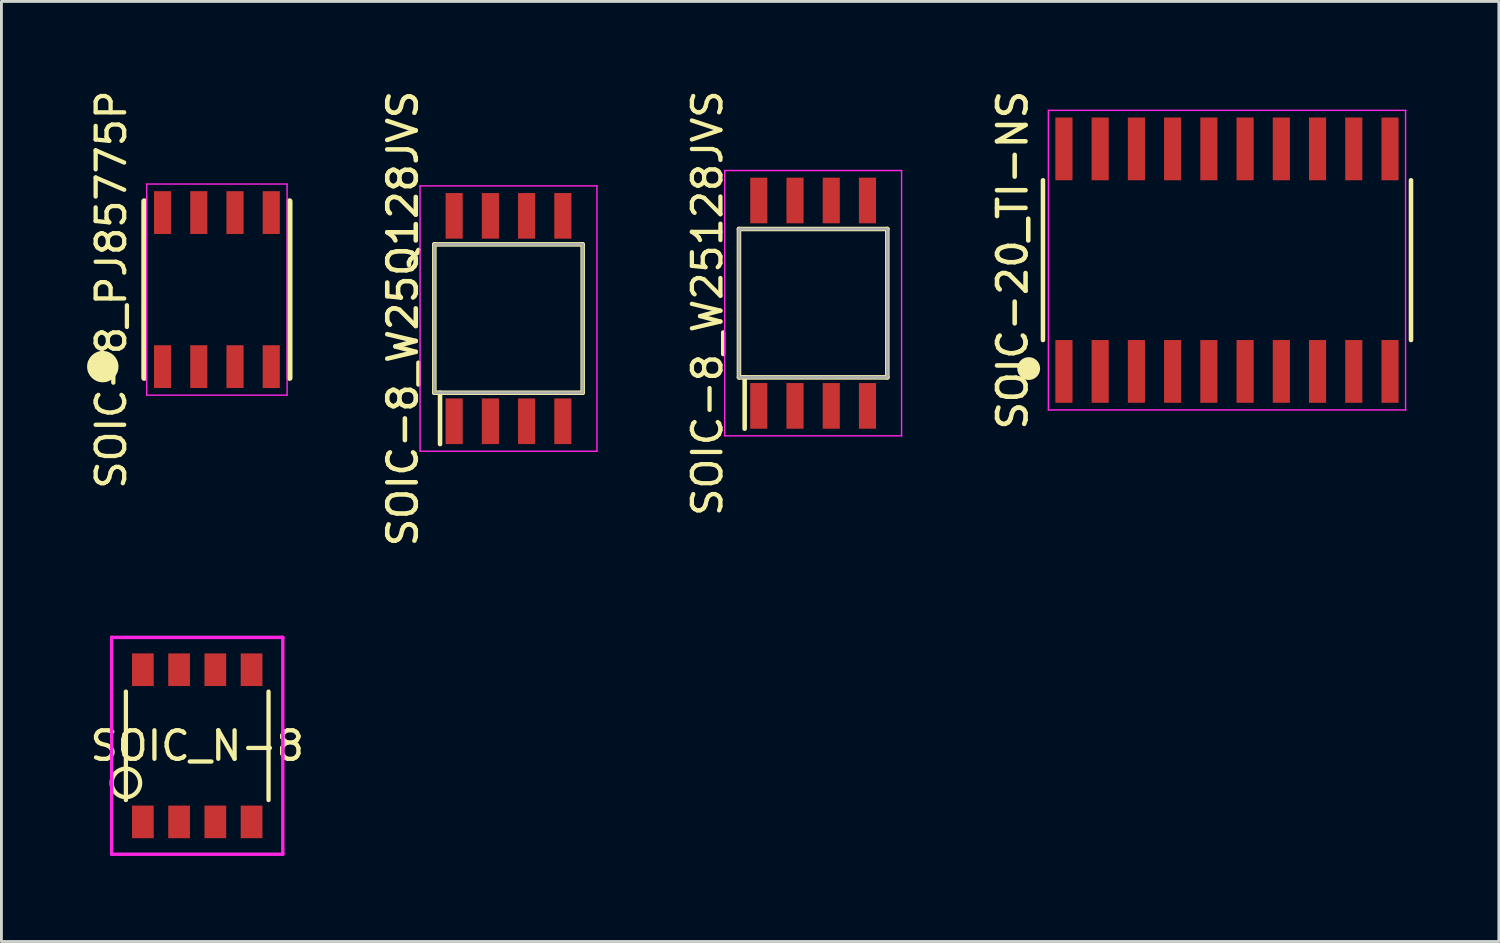
<source format=kicad_pcb>
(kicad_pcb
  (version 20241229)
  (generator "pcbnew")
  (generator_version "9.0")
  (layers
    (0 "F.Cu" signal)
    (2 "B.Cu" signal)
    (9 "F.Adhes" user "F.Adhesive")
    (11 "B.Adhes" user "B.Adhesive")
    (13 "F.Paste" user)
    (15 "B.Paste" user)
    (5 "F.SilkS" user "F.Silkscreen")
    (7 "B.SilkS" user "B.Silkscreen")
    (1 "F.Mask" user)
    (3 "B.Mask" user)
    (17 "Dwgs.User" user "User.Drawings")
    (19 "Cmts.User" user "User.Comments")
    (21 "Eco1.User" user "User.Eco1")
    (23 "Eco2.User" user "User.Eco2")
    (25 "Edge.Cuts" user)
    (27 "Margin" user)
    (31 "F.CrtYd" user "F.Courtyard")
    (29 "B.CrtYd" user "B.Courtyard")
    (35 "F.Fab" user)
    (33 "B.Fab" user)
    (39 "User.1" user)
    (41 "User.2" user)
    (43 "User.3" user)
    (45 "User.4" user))
  (footprint "SOIC_N-8"
    (layer "F.Cu")
    (at 3.863 23.092)
    (property "Reference" "SOIC_N-8" (at 0 0 0) (layer "F.SilkS") (effects (font (size 1 1) (thickness 0.15))))
    (attr through_hole)
    (fp_line (start -2.5 -1.9) (end -2.5 1.9) (stroke (width 0.15) (type solid)) (layer "F.SilkS"))
    (fp_line (start 2.5 1.9) (end 2.5 -1.9) (stroke (width 0.15) (type solid)) (layer "F.SilkS"))
    (fp_circle (center -2.5 1.3) (end -2.5 1.8) (stroke (width 0.15) (type solid)) (fill no) (layer "F.SilkS"))
    (fp_line (start -3 -3.8) (end 3 -3.8) (stroke (width 0.12) (type solid)) (layer "F.CrtYd"))
    (fp_line (start -3 3.8) (end -3 -3.8) (stroke (width 0.12) (type solid)) (layer "F.CrtYd"))
    (fp_line (start 3 -3.8) (end 3 3.8) (stroke (width 0.12) (type solid)) (layer "F.CrtYd"))
    (fp_line (start 3 3.8) (end -3 3.8) (stroke (width 0.12) (type solid)) (layer "F.CrtYd"))
    (pad "1" smd rect (at -1.905 2.667) (size 0.762 1.143) (layers "F.Cu" "F.Mask" "F.Paste"))
    (pad "2" smd rect (at -0.635 2.667) (size 0.762 1.143) (layers "F.Cu" "F.Mask" "F.Paste"))
    (pad "3" smd rect (at 0.635 2.667) (size 0.762 1.143) (layers "F.Cu" "F.Mask" "F.Paste"))
    (pad "4" smd rect (at 1.905 2.667) (size 0.762 1.143) (layers "F.Cu" "F.Mask" "F.Paste"))
    (pad "5" smd rect (at 1.905 -2.667) (size 0.762 1.143) (layers "F.Cu" "F.Mask" "F.Paste"))
    (pad "6" smd rect (at 0.635 -2.667) (size 0.762 1.143) (layers "F.Cu" "F.Mask" "F.Paste"))
    (pad "7" smd rect (at -0.635 -2.667) (size 0.762 1.143) (layers "F.Cu" "F.Mask" "F.Paste"))
    (pad "8" smd rect (at -1.905 -2.667) (size 0.762 1.143) (layers "F.Cu" "F.Mask" "F.Paste")))
  (footprint "SOIC-8_W25Q128JVS"
    (layer "F.Cu")
    (at 14.774 8.116)
    (property "Reference" "SOIC-8_W25Q128JVS" (at -3.705 0 90) (layer "F.SilkS") (effects (font (size 1 1) (thickness 0.16))))
    (attr smd)
    (fp_line (start -2.6 -2.6) (end 2.6 -2.6) (stroke (width 0.16) (type default)) (layer "F.SilkS"))
    (fp_line (start -2.6 2.6) (end -2.6 -2.6) (stroke (width 0.16) (type default)) (layer "F.SilkS"))
    (fp_line (start -2.4 4.4) (end -2.4 2.6) (stroke (width 0.16) (type default)) (layer "F.SilkS"))
    (fp_line (start 2.6 -2.6) (end 2.6 2.6) (stroke (width 0.16) (type default)) (layer "F.SilkS"))
    (fp_line (start 2.6 2.6) (end -2.6 2.6) (stroke (width 0.16) (type default)) (layer "F.SilkS"))
    (fp_line (start -3.1 -4.65) (end 3.1 -4.65) (stroke (width 0.05) (type default)) (layer "F.CrtYd"))
    (fp_line (start -3.1 4.65) (end -3.1 -4.65) (stroke (width 0.05) (type default)) (layer "F.CrtYd"))
    (fp_line (start 3.1 -4.65) (end 3.1 4.65) (stroke (width 0.05) (type default)) (layer "F.CrtYd"))
    (fp_line (start 3.1 4.65) (end -3.1 4.65) (stroke (width 0.05) (type default)) (layer "F.CrtYd"))
    (fp_rect (start -2.6 -2.6) (end 2.6 2.6) (stroke (width 0.1) (type default)) (fill no) (layer "F.Fab"))
    (pad "1" smd rect (at -1.905 3.6) (size 0.6 1.6) (layers "F.Cu" "F.Mask" "F.Paste"))
    (pad "2" smd rect (at -0.635 3.6) (size 0.6 1.6) (layers "F.Cu" "F.Mask" "F.Paste"))
    (pad "3" smd rect (at 0.635 3.6) (size 0.6 1.6) (layers "F.Cu" "F.Mask" "F.Paste"))
    (pad "4" smd rect (at 1.905 3.6) (size 0.6 1.6) (layers "F.Cu" "F.Mask" "F.Paste"))
    (pad "5" smd rect (at 1.905 -3.6) (size 0.6 1.6) (layers "F.Cu" "F.Mask" "F.Paste"))
    (pad "6" smd rect (at 0.635 -3.6) (size 0.6 1.6) (layers "F.Cu" "F.Mask" "F.Paste"))
    (pad "7" smd rect (at -0.635 -3.6) (size 0.6 1.6) (layers "F.Cu" "F.Mask" "F.Paste"))
    (pad "8" smd rect (at -1.905 -3.6) (size 0.6 1.6) (layers "F.Cu" "F.Mask" "F.Paste")))
  (footprint "SOIC-20_TI-NS"
    (layer "F.Cu")
    (at 39.958 6.069)
    (property "Reference" "SOIC-20_TI-NS" (at -7.515 0 90) (layer "F.SilkS") (effects (font (size 1 1) (thickness 0.16))))
    (attr smd)
    (fp_line (start -6.45 -2.8) (end -6.45 2.8) (stroke (width 0.16) (type default)) (layer "F.SilkS"))
    (fp_line (start 6.45 -2.8) (end 6.45 2.8) (stroke (width 0.16) (type default)) (layer "F.SilkS"))
    (fp_circle (center -6.95 3.8) (end -6.6 3.8) (stroke (width 0.1) (type solid)) (fill yes) (layer "F.SilkS"))
    (fp_line (start -6.26 -5.25) (end 6.26 -5.25) (stroke (width 0.05) (type default)) (layer "F.CrtYd"))
    (fp_line (start -6.26 5.25) (end -6.26 -5.25) (stroke (width 0.05) (type default)) (layer "F.CrtYd"))
    (fp_line (start 6.26 -5.25) (end 6.26 5.25) (stroke (width 0.05) (type default)) (layer "F.CrtYd"))
    (fp_line (start 6.26 5.25) (end -6.26 5.25) (stroke (width 0.05) (type default)) (layer "F.CrtYd"))
    (pad "1" smd rect (at -5.715 3.9) (size 0.6 2.2) (layers "F.Cu" "F.Mask" "F.Paste"))
    (pad "2" smd rect (at -4.445 3.9) (size 0.6 2.2) (layers "F.Cu" "F.Mask" "F.Paste"))
    (pad "3" smd rect (at -3.175 3.9) (size 0.6 2.2) (layers "F.Cu" "F.Mask" "F.Paste"))
    (pad "4" smd rect (at -1.905 3.9) (size 0.6 2.2) (layers "F.Cu" "F.Mask" "F.Paste"))
    (pad "5" smd rect (at -0.635 3.9) (size 0.6 2.2) (layers "F.Cu" "F.Mask" "F.Paste"))
    (pad "6" smd rect (at 0.635 3.9) (size 0.6 2.2) (layers "F.Cu" "F.Mask" "F.Paste"))
    (pad "7" smd rect (at 1.905 3.9) (size 0.6 2.2) (layers "F.Cu" "F.Mask" "F.Paste"))
    (pad "8" smd rect (at 3.175 3.9) (size 0.6 2.2) (layers "F.Cu" "F.Mask" "F.Paste"))
    (pad "9" smd rect (at 4.445 3.9) (size 0.6 2.2) (layers "F.Cu" "F.Mask" "F.Paste"))
    (pad "10" smd rect (at 5.715 3.9) (size 0.6 2.2) (layers "F.Cu" "F.Mask" "F.Paste"))
    (pad "11" smd rect (at 5.715 -3.9) (size 0.6 2.2) (layers "F.Cu" "F.Mask" "F.Paste"))
    (pad "12" smd rect (at 4.445 -3.9) (size 0.6 2.2) (layers "F.Cu" "F.Mask" "F.Paste"))
    (pad "13" smd rect (at 3.175 -3.9) (size 0.6 2.2) (layers "F.Cu" "F.Mask" "F.Paste"))
    (pad "14" smd rect (at 1.905 -3.9) (size 0.6 2.2) (layers "F.Cu" "F.Mask" "F.Paste"))
    (pad "15" smd rect (at 0.635 -3.9) (size 0.6 2.2) (layers "F.Cu" "F.Mask" "F.Paste"))
    (pad "16" smd rect (at -0.635 -3.9) (size 0.6 2.2) (layers "F.Cu" "F.Mask" "F.Paste"))
    (pad "17" smd rect (at -1.905 -3.9) (size 0.6 2.2) (layers "F.Cu" "F.Mask" "F.Paste"))
    (pad "18" smd rect (at -3.175 -3.9) (size 0.6 2.2) (layers "F.Cu" "F.Mask" "F.Paste"))
    (pad "19" smd rect (at -4.445 -3.9) (size 0.6 2.2) (layers "F.Cu" "F.Mask" "F.Paste"))
    (pad "20" smd rect (at -5.715 -3.9) (size 0.6 2.2) (layers "F.Cu" "F.Mask" "F.Paste")))
  (footprint "SOIC-8_PJ85775P"
    (layer "F.Cu")
    (at 4.553 7.101)
    (property "Reference" "SOIC-8_PJ85775P" (at -3.705 0 90) (layer "F.SilkS") (effects (font (size 1 1) (thickness 0.15))))
    (attr smd)
    (fp_line (start -2.55 3.1) (end -2.55 -3.1) (stroke (width 0.2) (type solid)) (layer "F.SilkS"))
    (fp_line (start 2.55 -3.1) (end 2.55 3.1) (stroke (width 0.2) (type solid)) (layer "F.SilkS"))
    (fp_circle (center -4 2.7) (end -3.5 2.7) (stroke (width 0.1) (type solid)) (fill yes) (layer "F.SilkS"))
    (fp_line (start -2.46 -3.7) (end 2.46 -3.7) (stroke (width 0.05) (type solid)) (layer "F.CrtYd"))
    (fp_line (start -2.46 3.7) (end -2.46 -3.7) (stroke (width 0.05) (type default)) (layer "F.CrtYd"))
    (fp_line (start 2.46 -3.7) (end 2.46 3.7) (stroke (width 0.05) (type default)) (layer "F.CrtYd"))
    (fp_line (start 2.46 3.7) (end -2.46 3.7) (stroke (width 0.05) (type default)) (layer "F.CrtYd"))
    (pad "1" smd rect (at -1.905 2.7) (size 0.6 1.5) (layers "F.Cu" "F.Mask" "F.Paste"))
    (pad "2" smd rect (at -0.635 2.7) (size 0.6 1.5) (layers "F.Cu" "F.Mask" "F.Paste"))
    (pad "3" smd rect (at 0.635 2.7) (size 0.6 1.5) (layers "F.Cu" "F.Mask" "F.Paste"))
    (pad "4" smd rect (at 1.905 2.7) (size 0.6 1.5) (layers "F.Cu" "F.Mask" "F.Paste"))
    (pad "5" smd rect (at 1.905 -2.7) (size 0.6 1.5) (layers "F.Cu" "F.Mask" "F.Paste"))
    (pad "6" smd rect (at 0.635 -2.7) (size 0.6 1.5) (layers "F.Cu" "F.Mask" "F.Paste"))
    (pad "7" smd rect (at -0.635 -2.7) (size 0.6 1.5) (layers "F.Cu" "F.Mask" "F.Paste"))
    (pad "8" smd rect (at -1.905 -2.7) (size 0.6 1.5) (layers "F.Cu" "F.Mask" "F.Paste")))
  (footprint "SOIC-8_W25128JVS"
    (layer "F.Cu")
    (at 25.452 7.577)
    (property "Reference" "SOIC-8_W25128JVS" (at -3.705 0 90) (layer "F.SilkS") (effects (font (size 1 1) (thickness 0.15))))
    (attr smd)
    (fp_line (start -2.6 -2.6) (end 2.6 -2.6) (stroke (width 0.16) (type default)) (layer "F.SilkS"))
    (fp_line (start -2.6 2.6) (end -2.6 -2.6) (stroke (width 0.16) (type default)) (layer "F.SilkS"))
    (fp_line (start -2.4 4.4) (end -2.4 2.6) (stroke (width 0.16) (type default)) (layer "F.SilkS"))
    (fp_line (start 2.6 -2.6) (end 2.6 2.6) (stroke (width 0.16) (type default)) (layer "F.SilkS"))
    (fp_line (start 2.6 2.6) (end -2.6 2.6) (stroke (width 0.16) (type default)) (layer "F.SilkS"))
    (fp_line (start -3.1 -4.65) (end 3.1 -4.65) (stroke (width 0.05) (type default)) (layer "F.CrtYd"))
    (fp_line (start -3.1 4.65) (end -3.1 -4.65) (stroke (width 0.05) (type default)) (layer "F.CrtYd"))
    (fp_line (start 3.1 -4.65) (end 3.1 4.65) (stroke (width 0.05) (type default)) (layer "F.CrtYd"))
    (fp_line (start 3.1 4.65) (end -3.1 4.65) (stroke (width 0.05) (type default)) (layer "F.CrtYd"))
    (fp_rect (start -2.6 -2.6) (end 2.6 2.6) (stroke (width 0.1) (type default)) (fill no) (layer "F.Fab"))
    (pad "1" smd rect (at -1.905 3.6) (size 0.6 1.6) (layers "F.Cu" "F.Mask" "F.Paste"))
    (pad "2" smd rect (at -0.635 3.6) (size 0.6 1.6) (layers "F.Cu" "F.Mask" "F.Paste"))
    (pad "3" smd rect (at 0.635 3.6) (size 0.6 1.6) (layers "F.Cu" "F.Mask" "F.Paste"))
    (pad "4" smd rect (at 1.905 3.6) (size 0.6 1.6) (layers "F.Cu" "F.Mask" "F.Paste"))
    (pad "5" smd rect (at 1.905 -3.6) (size 0.6 1.6) (layers "F.Cu" "F.Mask" "F.Paste"))
    (pad "6" smd rect (at 0.635 -3.6) (size 0.6 1.6) (layers "F.Cu" "F.Mask" "F.Paste"))
    (pad "7" smd rect (at -0.635 -3.6) (size 0.6 1.6) (layers "F.Cu" "F.Mask" "F.Paste"))
    (pad "8" smd rect (at -1.905 -3.6) (size 0.6 1.6) (layers "F.Cu" "F.Mask" "F.Paste")))
  (gr_rect
    (start -3 -3)
    (end 49.488 29.952)
    (stroke (width 0.1) (type default))
    (fill no)
    (layer "Edge.Cuts")))
</source>
